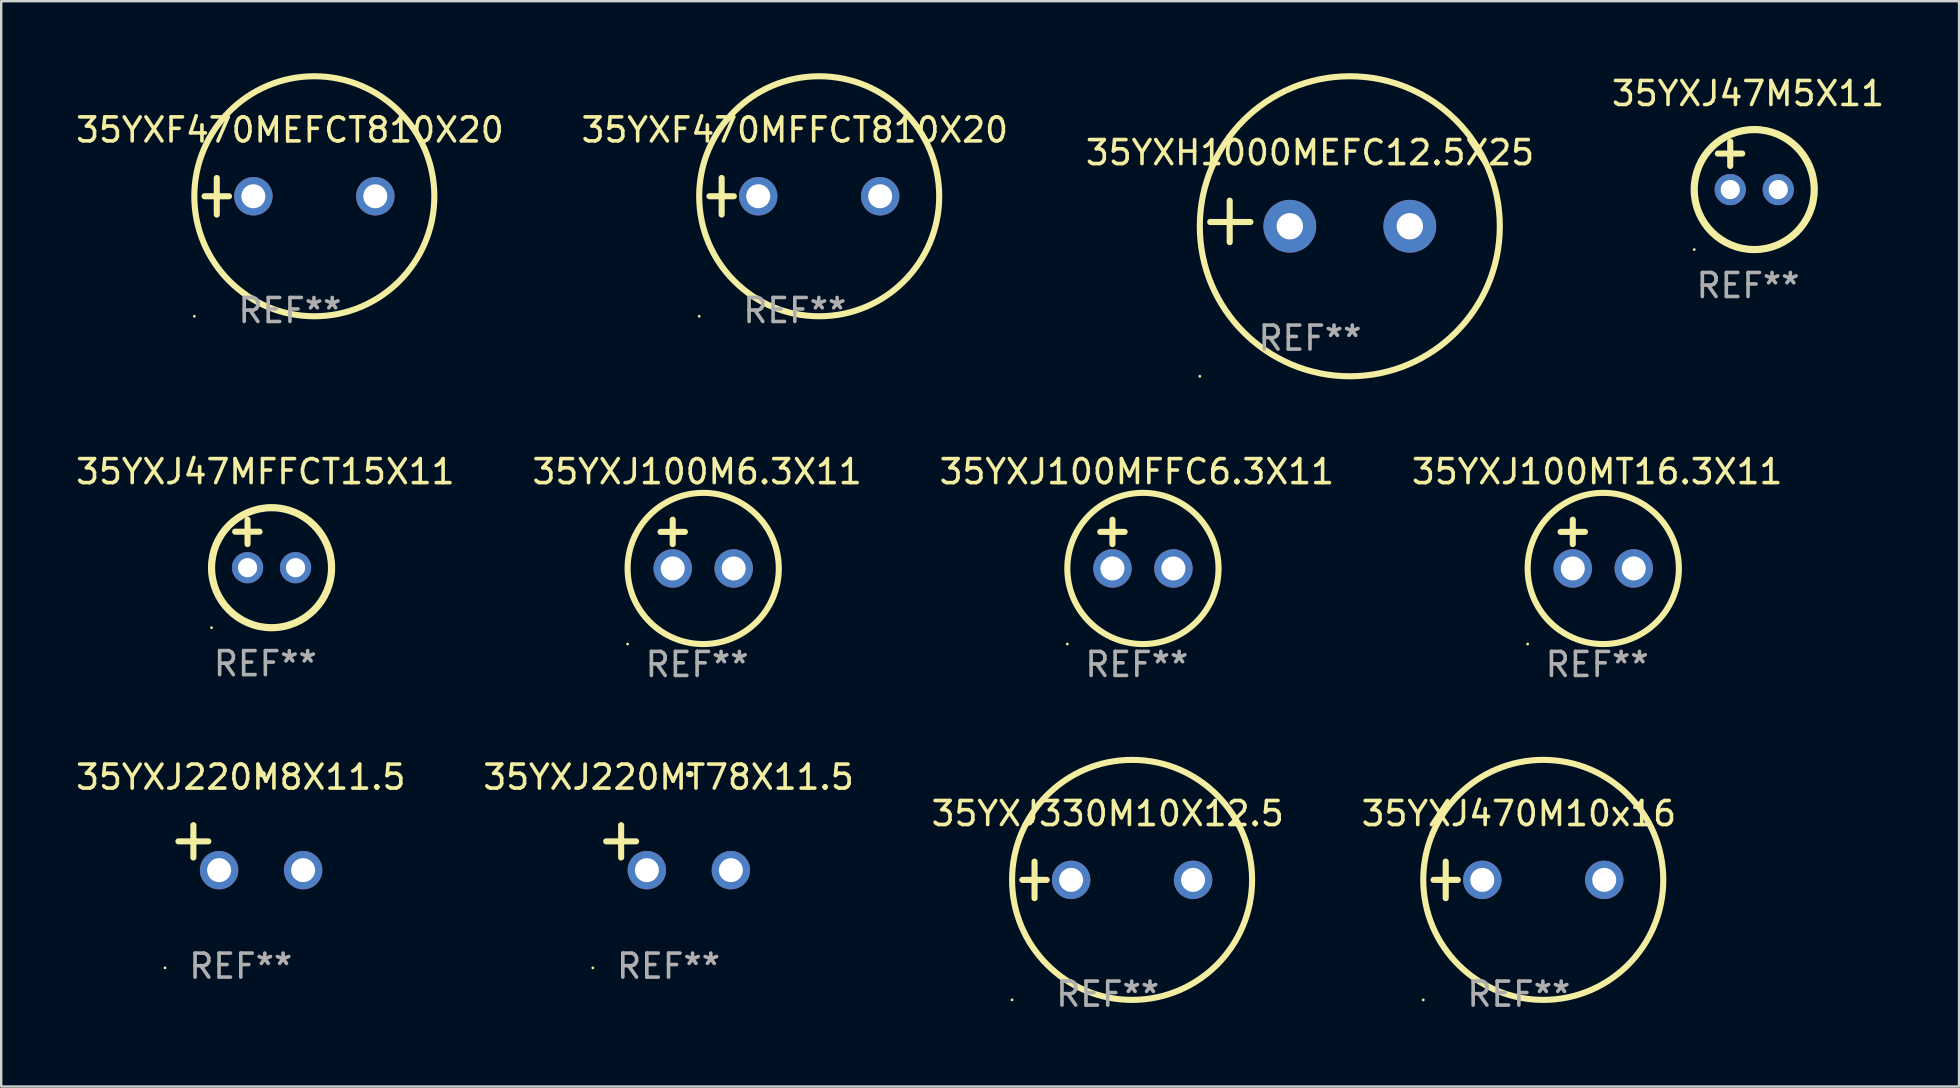
<source format=kicad_pcb>
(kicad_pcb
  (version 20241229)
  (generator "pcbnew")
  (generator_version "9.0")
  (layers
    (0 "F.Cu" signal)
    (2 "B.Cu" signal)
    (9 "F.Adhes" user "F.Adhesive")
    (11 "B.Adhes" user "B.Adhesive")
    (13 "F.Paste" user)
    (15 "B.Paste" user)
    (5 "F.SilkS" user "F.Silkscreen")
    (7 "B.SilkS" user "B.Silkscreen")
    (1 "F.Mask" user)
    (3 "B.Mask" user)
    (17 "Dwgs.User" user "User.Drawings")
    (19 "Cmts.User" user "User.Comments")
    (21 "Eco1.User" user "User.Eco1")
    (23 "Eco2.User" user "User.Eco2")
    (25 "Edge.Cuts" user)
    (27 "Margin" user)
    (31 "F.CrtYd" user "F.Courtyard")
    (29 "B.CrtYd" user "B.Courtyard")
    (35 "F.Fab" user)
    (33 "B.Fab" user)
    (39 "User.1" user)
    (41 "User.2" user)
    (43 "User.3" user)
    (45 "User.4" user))
  (footprint "35YXJ47M5X11"
    (layer "F.Cu")
    (at 69.78 3.848)
    (property "Reference" "35YXJ47M5X11" (at 0 -3 0) (layer "F.SilkS") (effects (font (size 1 1) (thickness 0.15))))
    (attr through_hole)
    (fp_line (start -1.258 -0.5) (end -0.242 -0.5) (stroke (width 0.254) (type solid)) (layer "F.SilkS"))
    (fp_line (start -0.742 -1) (end -0.742 0.016) (stroke (width 0.254) (type solid)) (layer "F.SilkS"))
    (fp_circle (center -2.242 3.5) (end -2.212 3.5) (stroke (width 0.06) (type solid)) (fill no) (layer "F.SilkS"))
    (fp_circle (center 0.258 1) (end 2.758 1) (stroke (width 0.3) (type solid)) (fill no) (layer "F.SilkS"))
    (fp_text user "REF**" (at 0 5 0) (layer "F.Fab") (effects (font (size 1 1) (thickness 0.15))))
    (pad "1" thru_hole circle (at -0.742 1) (size 1.3 1.3) (drill 0.8) (layers "*.Cu" "*.Mask"))
    (pad "2" thru_hole circle (at 1.258 1) (size 1.3 1.3) (drill 0.8) (layers "*.Cu" "*.Mask")))
  (footprint "35YXJ220MT78X11.5"
    (layer "F.Cu")
    (at 24.804 32.267)
    (property "Reference" "35YXJ220MT78X11.5" (at 0 -2.937 0) (layer "F.SilkS") (effects (font (size 1 1) (thickness 0.15))))
    (attr through_hole)
    (fp_line (start -1.975 0.41) (end -1.975 -0.937) (stroke (width 0.254) (type solid)) (layer "F.SilkS"))
    (fp_line (start -1.353 -0.263) (end -2.597 -0.263) (stroke (width 0.254) (type solid)) (layer "F.SilkS"))
    (fp_arc (start 0.849809 -3.063957) (mid 0.885369 -3.064114) (end 0.920929 -3.063957) (stroke (width 0.254001) (type solid)) (layer "F.SilkS"))
    (fp_circle (center -3.154 5.008) (end -3.124 5.008) (stroke (width 0.06) (type solid)) (fill no) (layer "F.SilkS"))
    (fp_text user "REF**" (at 0 4.937 0) (layer "F.Fab") (effects (font (size 1 1) (thickness 0.15))))
    (pad "1" thru_hole circle (at -0.903 0.937) (size 1.6 1.6) (drill 1) (layers "*.Cu" "*.Mask"))
    (pad "2" thru_hole circle (at 2.597 0.937) (size 1.6 1.6) (drill 1) (layers "*.Cu" "*.Mask")))
  (footprint "35YXJ100MT16.3X11"
    (layer "F.Cu")
    (at 63.494 19.618)
    (property "Reference" "35YXJ100MT16.3X11" (at 0 -3.016 0) (layer "F.SilkS") (effects (font (size 1 1) (thickness 0.15))))
    (attr through_hole)
    (fp_line (start -1.524 -0.508) (end -0.508 -0.508) (stroke (width 0.254) (type solid)) (layer "F.SilkS"))
    (fp_line (start -1.016 -1.016) (end -1.016 0) (stroke (width 0.254) (type solid)) (layer "F.SilkS"))
    (fp_circle (center -2.896 4.166) (end -2.866 4.166) (stroke (width 0.06) (type solid)) (fill no) (layer "F.SilkS"))
    (fp_circle (center 0.254 1.016) (end 3.404 1.016) (stroke (width 0.254) (type solid)) (fill no) (layer "F.SilkS"))
    (fp_text user "REF**" (at 0 5.016 0) (layer "F.Fab") (effects (font (size 1 1) (thickness 0.15))))
    (pad "1" thru_hole circle (at -1.016 1.016) (size 1.6 1.6) (drill 1) (layers "*.Cu" "*.Mask"))
    (pad "2" thru_hole circle (at 1.524 1.016) (size 1.6 1.6) (drill 1) (layers "*.Cu" "*.Mask")))
  (footprint "35YXJ47MFFCT15X11"
    (layer "F.Cu")
    (at 8.006 19.602)
    (property "Reference" "35YXJ47MFFCT15X11" (at 0 -3 0) (layer "F.SilkS") (effects (font (size 1 1) (thickness 0.15))))
    (attr through_hole)
    (fp_line (start -1.258 -0.5) (end -0.242 -0.5) (stroke (width 0.254) (type solid)) (layer "F.SilkS"))
    (fp_line (start -0.742 -1) (end -0.742 0.016) (stroke (width 0.254) (type solid)) (layer "F.SilkS"))
    (fp_circle (center -2.242 3.5) (end -2.212 3.5) (stroke (width 0.06) (type solid)) (fill no) (layer "F.SilkS"))
    (fp_circle (center 0.258 1) (end 2.758 1) (stroke (width 0.3) (type solid)) (fill no) (layer "F.SilkS"))
    (fp_text user "REF**" (at 0 5 0) (layer "F.Fab") (effects (font (size 1 1) (thickness 0.15))))
    (pad "1" thru_hole circle (at -0.742 1) (size 1.3 1.3) (drill 0.8) (layers "*.Cu" "*.Mask"))
    (pad "2" thru_hole circle (at 1.258 1) (size 1.3 1.3) (drill 0.8) (layers "*.Cu" "*.Mask")))
  (footprint "35YXF470MFFCT810X20"
    (layer "F.Cu")
    (at 30.065 5.127)
    (property "Reference" "35YXF470MFFCT810X20" (at 0 -2.762 0) (layer "F.SilkS") (effects (font (size 1 1) (thickness 0.15))))
    (attr through_hole)
    (fp_line (start -3.556 0) (end -2.54 0) (stroke (width 0.254) (type solid)) (layer "F.SilkS"))
    (fp_line (start -3.048 -0.762) (end -3.048 0.762) (stroke (width 0.254) (type solid)) (layer "F.SilkS"))
    (fp_circle (center -3.984 5) (end -3.954 5) (stroke (width 0.06) (type solid)) (fill no) (layer "F.SilkS"))
    (fp_circle (center 1.016 0) (end 6.016 0) (stroke (width 0.254) (type solid)) (fill no) (layer "F.SilkS"))
    (fp_text user "REF**" (at 0 4.762 0) (layer "F.Fab") (effects (font (size 1 1) (thickness 0.15))))
    (pad "1" thru_hole circle (at -1.524 0) (size 1.6 1.6) (drill 1) (layers "*.Cu" "*.Mask"))
    (pad "2" thru_hole circle (at 3.556 0) (size 1.6 1.6) (drill 1) (layers "*.Cu" "*.Mask")))
  (footprint "35YXF470MEFCT810X20"
    (layer "F.Cu")
    (at 9.03 5.127)
    (property "Reference" "35YXF470MEFCT810X20" (at 0 -2.762 0) (layer "F.SilkS") (effects (font (size 1 1) (thickness 0.15))))
    (attr through_hole)
    (fp_line (start -3.556 0) (end -2.54 0) (stroke (width 0.254) (type solid)) (layer "F.SilkS"))
    (fp_line (start -3.048 -0.762) (end -3.048 0.762) (stroke (width 0.254) (type solid)) (layer "F.SilkS"))
    (fp_circle (center -3.984 5) (end -3.954 5) (stroke (width 0.06) (type solid)) (fill no) (layer "F.SilkS"))
    (fp_circle (center 1.016 0) (end 6.016 0) (stroke (width 0.254) (type solid)) (fill no) (layer "F.SilkS"))
    (fp_text user "REF**" (at 0 4.762 0) (layer "F.Fab") (effects (font (size 1 1) (thickness 0.15))))
    (pad "1" thru_hole circle (at -1.524 0) (size 1.6 1.6) (drill 1) (layers "*.Cu" "*.Mask"))
    (pad "2" thru_hole circle (at 3.556 0) (size 1.6 1.6) (drill 1) (layers "*.Cu" "*.Mask")))
  (footprint "35YXJ220M8X11.5"
    (layer "F.Cu")
    (at 6.982 32.267)
    (property "Reference" "35YXJ220M8X11.5" (at 0 -2.937 0) (layer "F.SilkS") (effects (font (size 1 1) (thickness 0.15))))
    (attr through_hole)
    (fp_line (start -1.975 0.41) (end -1.975 -0.937) (stroke (width 0.254) (type solid)) (layer "F.SilkS"))
    (fp_line (start -1.353 -0.263) (end -2.597 -0.263) (stroke (width 0.254) (type solid)) (layer "F.SilkS"))
    (fp_arc (start 0.849809 -3.063957) (mid 0.885369 -3.064114) (end 0.920929 -3.063957) (stroke (width 0.254001) (type solid)) (layer "F.SilkS"))
    (fp_circle (center -3.154 5.008) (end -3.124 5.008) (stroke (width 0.06) (type solid)) (fill no) (layer "F.SilkS"))
    (fp_text user "REF**" (at 0 4.937 0) (layer "F.Fab") (effects (font (size 1 1) (thickness 0.15))))
    (pad "1" thru_hole circle (at -0.903 0.937) (size 1.6 1.6) (drill 1) (layers "*.Cu" "*.Mask"))
    (pad "2" thru_hole circle (at 2.597 0.937) (size 1.6 1.6) (drill 1) (layers "*.Cu" "*.Mask")))
  (footprint "35YXJ470M10x16"
    (layer "F.Cu")
    (at 60.232 33.609)
    (property "Reference" "35YXJ470M10x16" (at 0 -2.762 0) (layer "F.SilkS") (effects (font (size 1 1) (thickness 0.15))))
    (attr through_hole)
    (fp_line (start -3.556 0) (end -2.54 0) (stroke (width 0.254) (type solid)) (layer "F.SilkS"))
    (fp_line (start -3.048 -0.762) (end -3.048 0.762) (stroke (width 0.254) (type solid)) (layer "F.SilkS"))
    (fp_circle (center -3.984 5) (end -3.954 5) (stroke (width 0.06) (type solid)) (fill no) (layer "F.SilkS"))
    (fp_circle (center 1.016 0) (end 6.016 0) (stroke (width 0.254) (type solid)) (fill no) (layer "F.SilkS"))
    (fp_text user "REF**" (at 0 4.762 0) (layer "F.Fab") (effects (font (size 1 1) (thickness 0.15))))
    (pad "1" thru_hole circle (at -1.524 0) (size 1.6 1.6) (drill 1) (layers "*.Cu" "*.Mask"))
    (pad "2" thru_hole circle (at 3.556 0) (size 1.6 1.6) (drill 1) (layers "*.Cu" "*.Mask")))
  (footprint "35YXJ330M10X12.5"
    (layer "F.Cu")
    (at 43.101 33.609)
    (property "Reference" "35YXJ330M10X12.5" (at 0 -2.762 0) (layer "F.SilkS") (effects (font (size 1 1) (thickness 0.15))))
    (attr through_hole)
    (fp_line (start -3.556 0) (end -2.54 0) (stroke (width 0.254) (type solid)) (layer "F.SilkS"))
    (fp_line (start -3.048 -0.762) (end -3.048 0.762) (stroke (width 0.254) (type solid)) (layer "F.SilkS"))
    (fp_circle (center -3.984 5) (end -3.954 5) (stroke (width 0.06) (type solid)) (fill no) (layer "F.SilkS"))
    (fp_circle (center 1.016 0) (end 6.016 0) (stroke (width 0.254) (type solid)) (fill no) (layer "F.SilkS"))
    (fp_text user "REF**" (at 0 4.762 0) (layer "F.Fab") (effects (font (size 1 1) (thickness 0.15))))
    (pad "1" thru_hole circle (at -1.524 0) (size 1.6 1.6) (drill 1) (layers "*.Cu" "*.Mask"))
    (pad "2" thru_hole circle (at 3.556 0) (size 1.6 1.6) (drill 1) (layers "*.Cu" "*.Mask")))
  (footprint "35YXJ100MFFC6.3X11"
    (layer "F.Cu")
    (at 44.315 19.618)
    (property "Reference" "35YXJ100MFFC6.3X11" (at 0 -3.016 0) (layer "F.SilkS") (effects (font (size 1 1) (thickness 0.15))))
    (attr through_hole)
    (fp_line (start -1.524 -0.508) (end -0.508 -0.508) (stroke (width 0.254) (type solid)) (layer "F.SilkS"))
    (fp_line (start -1.016 -1.016) (end -1.016 0) (stroke (width 0.254) (type solid)) (layer "F.SilkS"))
    (fp_circle (center -2.896 4.166) (end -2.866 4.166) (stroke (width 0.06) (type solid)) (fill no) (layer "F.SilkS"))
    (fp_circle (center 0.254 1.016) (end 3.404 1.016) (stroke (width 0.254) (type solid)) (fill no) (layer "F.SilkS"))
    (fp_text user "REF**" (at 0 5.016 0) (layer "F.Fab") (effects (font (size 1 1) (thickness 0.15))))
    (pad "1" thru_hole circle (at -1.016 1.016) (size 1.6 1.6) (drill 1) (layers "*.Cu" "*.Mask"))
    (pad "2" thru_hole circle (at 1.524 1.016) (size 1.6 1.6) (drill 1) (layers "*.Cu" "*.Mask")))
  (footprint "35YXJ100M6.3X11"
    (layer "F.Cu")
    (at 25.994 19.618)
    (property "Reference" "35YXJ100M6.3X11" (at 0 -3.016 0) (layer "F.SilkS") (effects (font (size 1 1) (thickness 0.15))))
    (attr through_hole)
    (fp_line (start -1.524 -0.508) (end -0.508 -0.508) (stroke (width 0.254) (type solid)) (layer "F.SilkS"))
    (fp_line (start -1.016 -1.016) (end -1.016 0) (stroke (width 0.254) (type solid)) (layer "F.SilkS"))
    (fp_circle (center -2.896 4.166) (end -2.866 4.166) (stroke (width 0.06) (type solid)) (fill no) (layer "F.SilkS"))
    (fp_circle (center 0.254 1.016) (end 3.404 1.016) (stroke (width 0.254) (type solid)) (fill no) (layer "F.SilkS"))
    (fp_text user "REF**" (at 0 5.016 0) (layer "F.Fab") (effects (font (size 1 1) (thickness 0.15))))
    (pad "1" thru_hole circle (at -1.016 1.016) (size 1.6 1.6) (drill 1) (layers "*.Cu" "*.Mask"))
    (pad "2" thru_hole circle (at 1.524 1.016) (size 1.6 1.6) (drill 1) (layers "*.Cu" "*.Mask")))
  (footprint "35YXH1000MEFC12.5X25"
    (layer "F.Cu")
    (at 51.53 6.174)
    (property "Reference" "35YXH1000MEFC12.5X25" (at 0 -2.864 0) (layer "F.SilkS") (effects (font (size 1 1) (thickness 0.15))))
    (attr through_hole)
    (fp_line (start -3.346 0.864) (end -3.346 -0.864) (stroke (width 0.254) (type solid)) (layer "F.SilkS"))
    (fp_line (start -2.482 0.025) (end -4.158 0.025) (stroke (width 0.254) (type solid)) (layer "F.SilkS"))
    (fp_circle (center -4.592 6.453) (end -4.562 6.453) (stroke (width 0.06) (type solid)) (fill no) (layer "F.SilkS"))
    (fp_circle (center 1.658 0.203) (end 7.908 0.203) (stroke (width 0.254) (type solid)) (fill no) (layer "F.SilkS"))
    (fp_text user "REF**" (at 0 4.864 0) (layer "F.Fab") (effects (font (size 1 1) (thickness 0.15))))
    (pad "1" thru_hole circle (at -0.842 0.203) (size 2.2 2.2) (drill 1.1) (layers "*.Cu" "*.Mask"))
    (pad "2" thru_hole circle (at 4.158 0.203) (size 2.2 2.2) (drill 1.1) (layers "*.Cu" "*.Mask")))
  (gr_rect
    (start -3 -3)
    (end 78.571 42.22)
    (stroke (width 0.1) (type default))
    (fill no)
    (layer "Edge.Cuts")))
</source>
